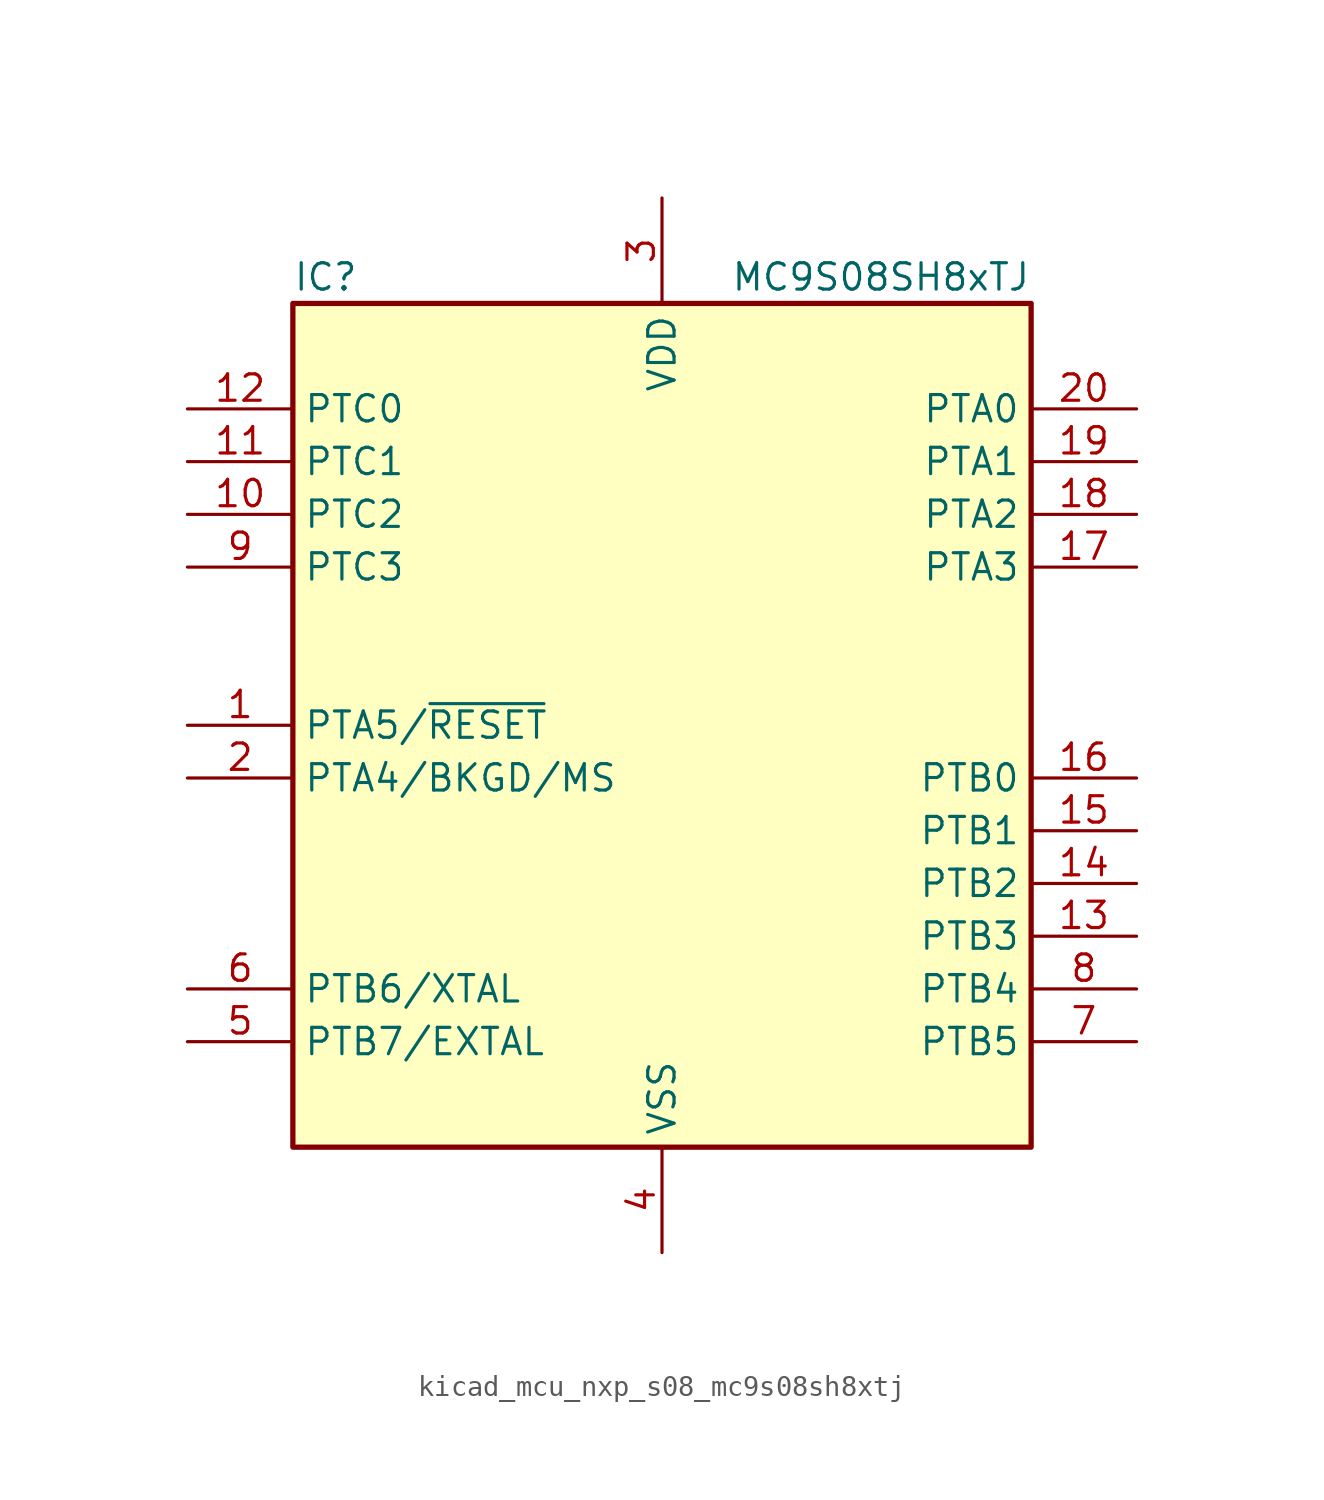
<source format=kicad_sym>
(kicad_symbol_lib
  (version 20220914)
  (generator kicad_symbol_editor)
  (symbol "kicad_mcu_nxp_s08_mc9s08sh8xtj"
    (property "Reference" "IC"
      (at -17.78 21.59 0)
      (effects (font (size 1.27 1.27)) (justify left)))
    (property "Value" "MC9S08SH8xTJ"
      (at 17.78 21.59 0)
      (effects (font (size 1.27 1.27)) (justify right)))
    (symbol "kicad_mcu_nxp_s08_mc9s08sh8xtj_0_1"
      (rectangle (start -17.78 20.32) (end 17.78 -20.32) (stroke (width 0.254) (type default)) (fill (type background))))
    (symbol "kicad_mcu_nxp_s08_mc9s08sh8xtj_1_1"
      (pin bidirectional line (at -22.86 0 0) (length 5.08) (name "PTA5/~{RESET}" (effects (font (size 1.27 1.27)))) (number "1" (effects (font (size 1.27 1.27)))))
      (pin bidirectional line (at -22.86 10.16 0) (length 5.08) (name "PTC2" (effects (font (size 1.27 1.27)))) (number "10" (effects (font (size 1.27 1.27)))))
      (pin bidirectional line (at -22.86 12.7 0) (length 5.08) (name "PTC1" (effects (font (size 1.27 1.27)))) (number "11" (effects (font (size 1.27 1.27)))))
      (pin bidirectional line (at -22.86 15.24 0) (length 5.08) (name "PTC0" (effects (font (size 1.27 1.27)))) (number "12" (effects (font (size 1.27 1.27)))))
      (pin bidirectional line (at 22.86 -10.16 180) (length 5.08) (name "PTB3" (effects (font (size 1.27 1.27)))) (number "13" (effects (font (size 1.27 1.27)))))
      (pin bidirectional line (at 22.86 -7.62 180) (length 5.08) (name "PTB2" (effects (font (size 1.27 1.27)))) (number "14" (effects (font (size 1.27 1.27)))))
      (pin bidirectional line (at 22.86 -5.08 180) (length 5.08) (name "PTB1" (effects (font (size 1.27 1.27)))) (number "15" (effects (font (size 1.27 1.27)))))
      (pin bidirectional line (at 22.86 -2.54 180) (length 5.08) (name "PTB0" (effects (font (size 1.27 1.27)))) (number "16" (effects (font (size 1.27 1.27)))))
      (pin bidirectional line (at 22.86 7.62 180) (length 5.08) (name "PTA3" (effects (font (size 1.27 1.27)))) (number "17" (effects (font (size 1.27 1.27)))))
      (pin bidirectional line (at 22.86 10.16 180) (length 5.08) (name "PTA2" (effects (font (size 1.27 1.27)))) (number "18" (effects (font (size 1.27 1.27)))))
      (pin bidirectional line (at 22.86 12.7 180) (length 5.08) (name "PTA1" (effects (font (size 1.27 1.27)))) (number "19" (effects (font (size 1.27 1.27)))))
      (pin bidirectional line (at -22.86 -2.54 0) (length 5.08) (name "PTA4/BKGD/MS" (effects (font (size 1.27 1.27)))) (number "2" (effects (font (size 1.27 1.27)))))
      (pin bidirectional line (at 22.86 15.24 180) (length 5.08) (name "PTA0" (effects (font (size 1.27 1.27)))) (number "20" (effects (font (size 1.27 1.27)))))
      (pin power_in line (at 0 25.4 270) (length 5.08) (name "VDD" (effects (font (size 1.27 1.27)))) (number "3" (effects (font (size 1.27 1.27)))))
      (pin power_in line (at 0 -25.4 90) (length 5.08) (name "VSS" (effects (font (size 1.27 1.27)))) (number "4" (effects (font (size 1.27 1.27)))))
      (pin bidirectional line (at -22.86 -15.24 0) (length 5.08) (name "PTB7/EXTAL" (effects (font (size 1.27 1.27)))) (number "5" (effects (font (size 1.27 1.27)))))
      (pin bidirectional line (at -22.86 -12.7 0) (length 5.08) (name "PTB6/XTAL" (effects (font (size 1.27 1.27)))) (number "6" (effects (font (size 1.27 1.27)))))
      (pin bidirectional line (at 22.86 -15.24 180) (length 5.08) (name "PTB5" (effects (font (size 1.27 1.27)))) (number "7" (effects (font (size 1.27 1.27)))))
      (pin bidirectional line (at 22.86 -12.7 180) (length 5.08) (name "PTB4" (effects (font (size 1.27 1.27)))) (number "8" (effects (font (size 1.27 1.27)))))
      (pin bidirectional line (at -22.86 7.62 0) (length 5.08) (name "PTC3" (effects (font (size 1.27 1.27)))) (number "9" (effects (font (size 1.27 1.27))))))))
</source>
